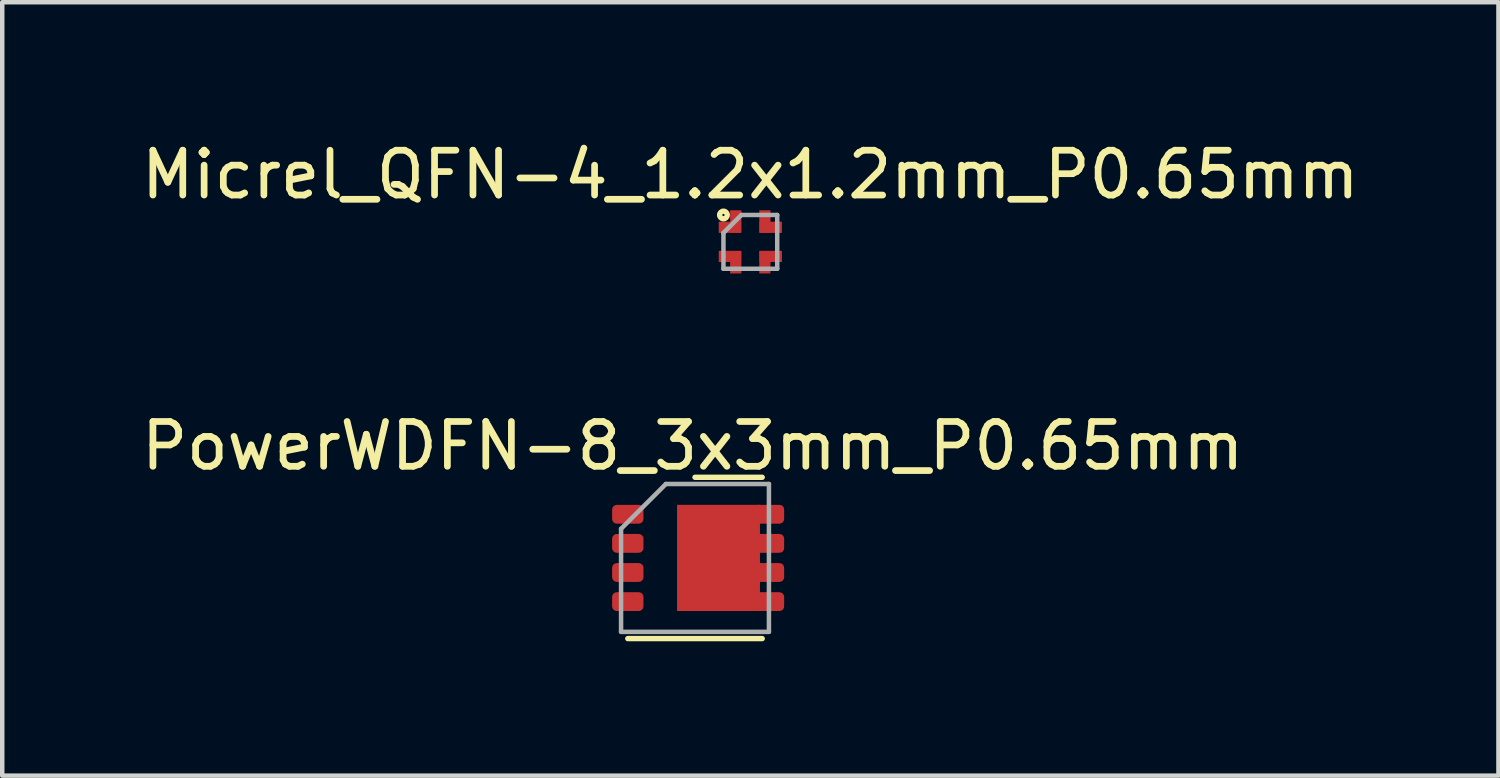
<source format=kicad_pcb>
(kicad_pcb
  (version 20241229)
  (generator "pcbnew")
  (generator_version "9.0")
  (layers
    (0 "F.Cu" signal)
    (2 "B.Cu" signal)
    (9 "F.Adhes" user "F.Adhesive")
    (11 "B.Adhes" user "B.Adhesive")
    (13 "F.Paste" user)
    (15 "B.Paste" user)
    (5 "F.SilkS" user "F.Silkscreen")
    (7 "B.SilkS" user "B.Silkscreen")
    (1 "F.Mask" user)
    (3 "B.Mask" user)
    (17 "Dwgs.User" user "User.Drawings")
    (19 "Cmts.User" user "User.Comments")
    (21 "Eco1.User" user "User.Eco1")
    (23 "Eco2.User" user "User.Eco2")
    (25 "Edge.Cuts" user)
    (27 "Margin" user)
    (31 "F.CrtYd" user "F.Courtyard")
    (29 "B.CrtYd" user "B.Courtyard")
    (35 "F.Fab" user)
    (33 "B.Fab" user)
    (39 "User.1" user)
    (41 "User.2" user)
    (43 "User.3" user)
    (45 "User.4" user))
  (footprint "Micrel_QFN-4_1.2x1.2mm_P0.65mm"
    (layer "F.Cu")
    (at 13.696 2.348)
    (property "Reference" "Micrel_QFN-4_1.2x1.2mm_P0.65mm" (at 0 -1.5 0) (layer "F.SilkS") (effects (font (size 1 1) (thickness 0.15))))
    (attr smd)
    (fp_circle (center -0.6 -0.6) (end -0.575 -0.6) (stroke (width 0.12) (type solid)) (fill no) (layer "F.SilkS"))
    (fp_line (start -0.6 -0.2) (end -0.6 0.6) (stroke (width 0.1) (type solid)) (layer "F.Fab"))
    (fp_line (start -0.6 0.6) (end 0.6 0.6) (stroke (width 0.1) (type solid)) (layer "F.Fab"))
    (fp_line (start -0.2 -0.6) (end -0.6 -0.2) (stroke (width 0.1) (type solid)) (layer "F.Fab"))
    (fp_line (start 0.6 -0.6) (end -0.2 -0.6) (stroke (width 0.1) (type solid)) (layer "F.Fab"))
    (fp_line (start 0.6 0.6) (end 0.6 -0.6) (stroke (width 0.1) (type solid)) (layer "F.Fab"))
    (pad "1" smd rect (at -0.455 -0.325) (size 0.5 0.25) (layers "F.Cu" "F.Mask" "F.Paste"))
    (pad "1" smd rect (at -0.325 -0.455 90) (size 0.5 0.25) (layers "F.Cu" "F.Mask" "F.Paste"))
    (pad "2" smd rect (at -0.455 0.325 180) (size 0.5 0.25) (layers "F.Cu" "F.Mask" "F.Paste"))
    (pad "2" smd rect (at -0.325 0.455 90) (size 0.5 0.25) (layers "F.Cu" "F.Mask" "F.Paste"))
    (pad "3" smd rect (at 0.325 0.455 270) (size 0.5 0.25) (layers "F.Cu" "F.Mask" "F.Paste"))
    (pad "3" smd rect (at 0.455 0.325 180) (size 0.5 0.25) (layers "F.Cu" "F.Mask" "F.Paste"))
    (pad "4" smd rect (at 0.325 -0.455 270) (size 0.5 0.25) (layers "F.Cu" "F.Mask" "F.Paste"))
    (pad "4" smd rect (at 0.455 -0.325) (size 0.5 0.25) (layers "F.Cu" "F.Mask" "F.Paste")))
  (footprint "PowerWDFN-8_3x3mm_P0.65mm"
    (layer "F.Cu")
    (at 12.461 9.402)
    (property "Reference" "PowerWDFN-8_3x3mm_P0.65mm" (at -0.05 -2.5 0) (layer "F.SilkS") (effects (font (size 1 1) (thickness 0.15))))
    (attr through_hole)
    (fp_line (start 1.5 -1.8) (end 0 -1.8) (stroke (width 0.12) (type solid)) (layer "F.SilkS"))
    (fp_line (start 1.5 1.8) (end -1.5 1.8) (stroke (width 0.12) (type solid)) (layer "F.SilkS"))
    (fp_line (start -1.65 -0.65) (end -0.65 -1.65) (stroke (width 0.1) (type solid)) (layer "F.Fab"))
    (fp_line (start -1.65 1.65) (end -1.65 -0.65) (stroke (width 0.1) (type solid)) (layer "F.Fab"))
    (fp_line (start -0.65 -1.65) (end 1.65 -1.65) (stroke (width 0.1) (type solid)) (layer "F.Fab"))
    (fp_line (start 1.65 -1.65) (end 1.65 1.65) (stroke (width 0.1) (type solid)) (layer "F.Fab"))
    (fp_line (start 1.65 1.65) (end -1.65 1.65) (stroke (width 0.1) (type solid)) (layer "F.Fab"))
    (pad "1" smd roundrect (at -1.5 -0.975) (size 0.7 0.42) (layers "F.Cu" "F.Mask" "F.Paste") (roundrect_rratio 0.25))
    (pad "2" smd roundrect (at -1.5 -0.325) (size 0.7 0.42) (layers "F.Cu" "F.Mask" "F.Paste") (roundrect_rratio 0.25))
    (pad "3" smd roundrect (at -1.5 0.325) (size 0.7 0.42) (layers "F.Cu" "F.Mask" "F.Paste") (roundrect_rratio 0.25))
    (pad "4" smd roundrect (at -1.5 0.975) (size 0.7 0.42) (layers "F.Cu" "F.Mask" "F.Paste") (roundrect_rratio 0.25))
    (pad "5" smd rect (at 0.525 0) (size 1.85 2.37) (layers "F.Cu" "F.Mask" "F.Paste"))
    (pad "5" smd roundrect (at 1.64 -0.975) (size 0.7 0.42) (layers "F.Cu" "F.Mask" "F.Paste") (roundrect_rratio 0.25))
    (pad "5" smd roundrect (at 1.64 -0.325) (size 0.7 0.42) (layers "F.Cu" "F.Mask" "F.Paste") (roundrect_rratio 0.25))
    (pad "5" smd roundrect (at 1.64 0.325) (size 0.7 0.42) (layers "F.Cu" "F.Mask" "F.Paste") (roundrect_rratio 0.25))
    (pad "5" smd roundrect (at 1.64 0.975) (size 0.7 0.42) (layers "F.Cu" "F.Mask" "F.Paste") (roundrect_rratio 0.25)))
  (gr_rect
    (start -3 -3)
    (end 30.393 14.261)
    (stroke (width 0.1) (type default))
    (fill no)
    (layer "Edge.Cuts")))
</source>
